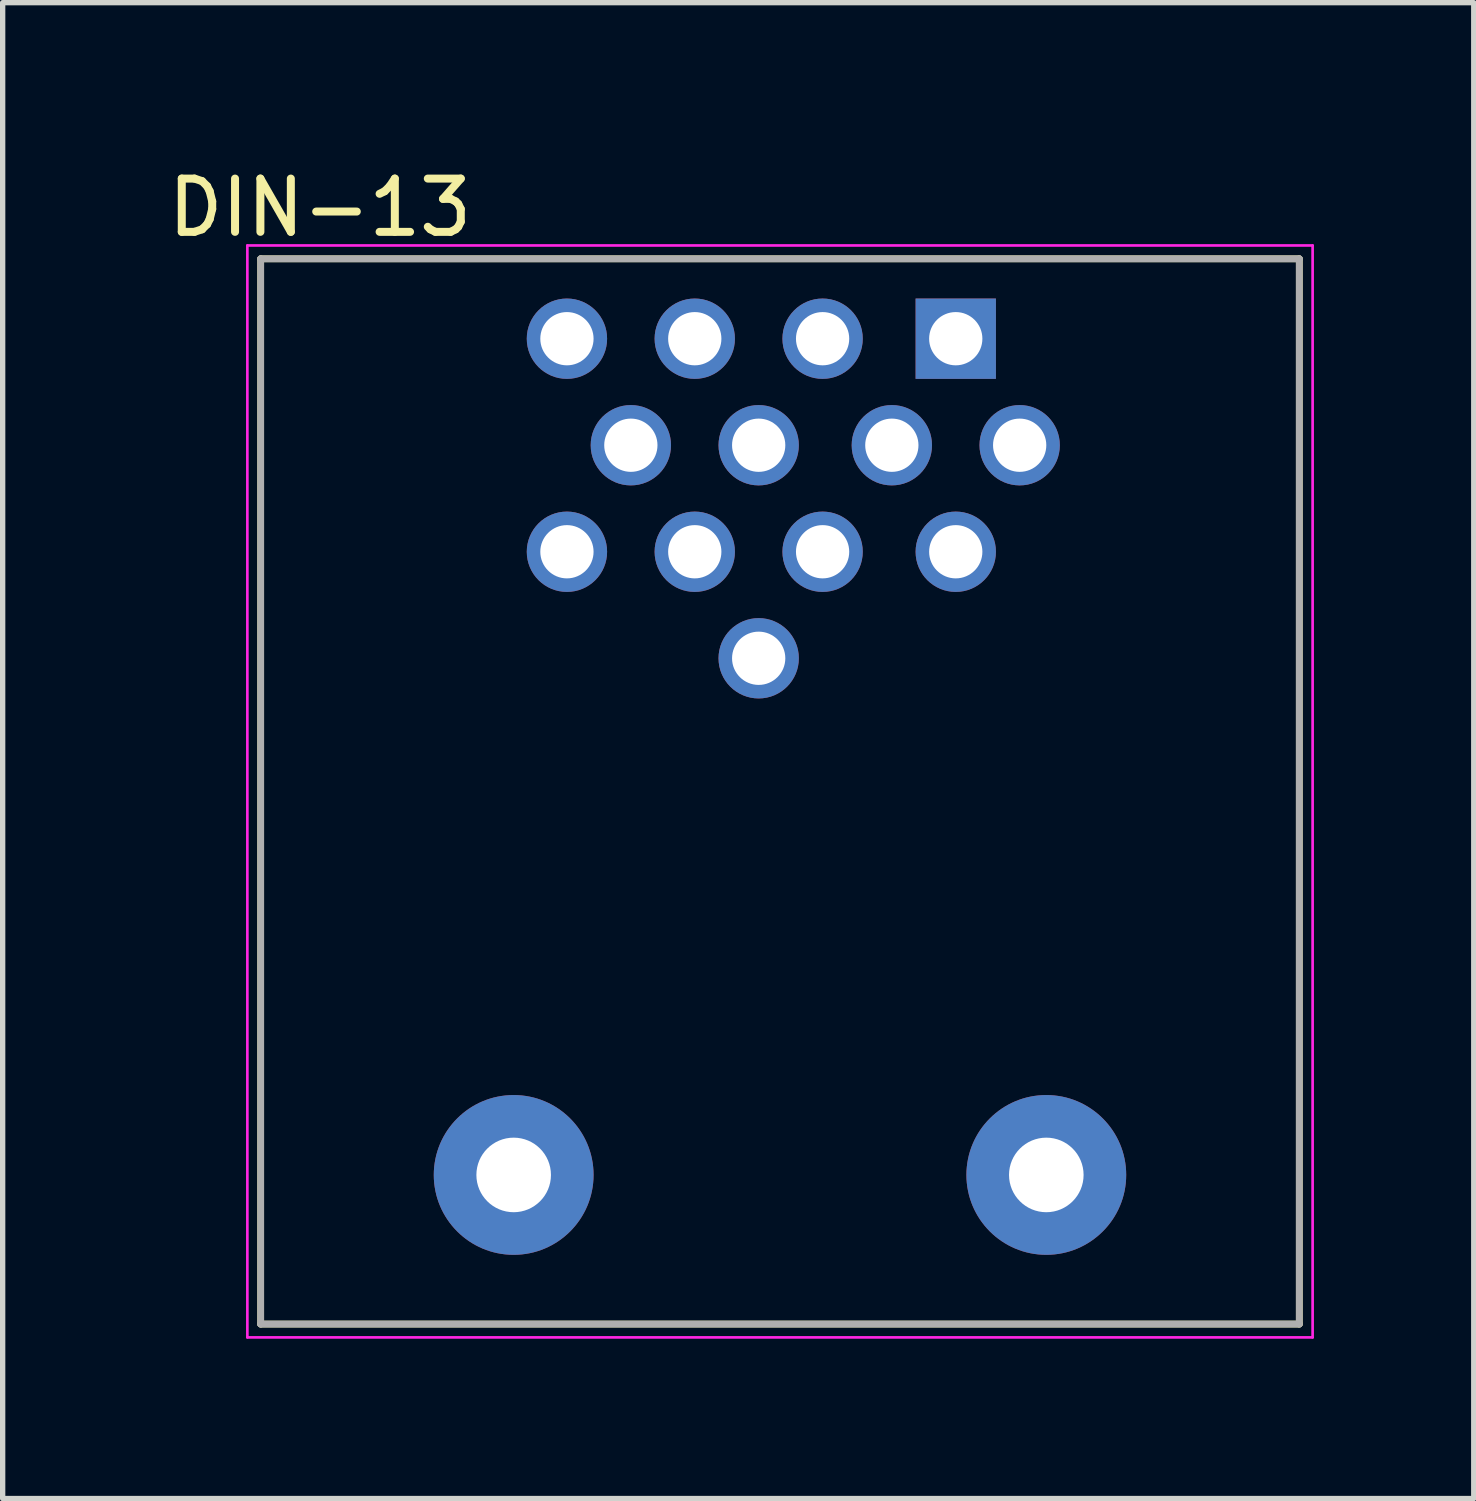
<source format=kicad_pcb>
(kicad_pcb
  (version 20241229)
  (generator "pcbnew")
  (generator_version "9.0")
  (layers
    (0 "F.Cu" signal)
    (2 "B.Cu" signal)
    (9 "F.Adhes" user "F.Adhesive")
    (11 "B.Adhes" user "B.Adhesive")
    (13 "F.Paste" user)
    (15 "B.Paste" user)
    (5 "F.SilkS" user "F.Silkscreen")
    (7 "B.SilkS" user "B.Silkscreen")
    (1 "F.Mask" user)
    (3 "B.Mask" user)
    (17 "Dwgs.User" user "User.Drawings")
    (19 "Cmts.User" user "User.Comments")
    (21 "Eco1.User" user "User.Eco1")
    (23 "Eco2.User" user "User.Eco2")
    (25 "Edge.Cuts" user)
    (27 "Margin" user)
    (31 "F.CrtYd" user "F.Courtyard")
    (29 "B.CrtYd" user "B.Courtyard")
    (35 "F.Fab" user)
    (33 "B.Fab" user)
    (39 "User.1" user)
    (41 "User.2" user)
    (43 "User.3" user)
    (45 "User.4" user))
  (footprint "DIN-13"
    (layer "F.Cu")
    (at 11.594 19.009)
    (property "Reference" "DIN-13" (at -8.636 -18.161 0) (layer "F.SilkS") (effects (font (size 1 1) (thickness 0.15))))
    (attr through_hole)
    (fp_line (start -9.75 -17.2) (end 9.75 -17.2) (stroke (width 0.127) (type solid)) (layer "F.SilkS"))
    (fp_line (start -9.75 2.8) (end -9.75 -17.2) (stroke (width 0.127) (type solid)) (layer "F.SilkS"))
    (fp_line (start 9.75 -17.2) (end 9.75 2.8) (stroke (width 0.127) (type solid)) (layer "F.SilkS"))
    (fp_line (start 9.75 2.8) (end -9.75 2.8) (stroke (width 0.127) (type solid)) (layer "F.SilkS"))
    (fp_line (start -10 -17.45) (end -10 3.05) (stroke (width 0.05) (type solid)) (layer "F.CrtYd"))
    (fp_line (start -10 3.05) (end 10 3.05) (stroke (width 0.05) (type solid)) (layer "F.CrtYd"))
    (fp_line (start 10 -17.45) (end -10 -17.45) (stroke (width 0.05) (type solid)) (layer "F.CrtYd"))
    (fp_line (start 10 3.05) (end 10 -17.45) (stroke (width 0.05) (type solid)) (layer "F.CrtYd"))
    (fp_line (start -9.75 -17.2) (end 9.75 -17.2) (stroke (width 0.127) (type solid)) (layer "F.Fab"))
    (fp_line (start -9.75 2.8) (end -9.75 -17.2) (stroke (width 0.127) (type solid)) (layer "F.Fab"))
    (fp_line (start 9.75 -17.2) (end 9.75 2.8) (stroke (width 0.127) (type solid)) (layer "F.Fab"))
    (fp_line (start 9.75 2.8) (end -9.75 2.8) (stroke (width 0.127) (type solid)) (layer "F.Fab"))
    (pad "1" thru_hole rect (at 3.3 -15.7) (size 1.508 1.508) (drill 1) (layers "*.Cu" "*.Mask"))
    (pad "2" thru_hole circle (at 0.8 -15.7) (size 1.508 1.508) (drill 1) (layers "*.Cu" "*.Mask"))
    (pad "3" thru_hole circle (at -1.6 -15.7) (size 1.508 1.508) (drill 1) (layers "*.Cu" "*.Mask"))
    (pad "4" thru_hole circle (at -4 -15.7) (size 1.508 1.508) (drill 1) (layers "*.Cu" "*.Mask"))
    (pad "5" thru_hole circle (at 4.5 -13.7) (size 1.508 1.508) (drill 1) (layers "*.Cu" "*.Mask"))
    (pad "6" thru_hole circle (at 2.1 -13.7) (size 1.508 1.508) (drill 1) (layers "*.Cu" "*.Mask"))
    (pad "7" thru_hole circle (at -0.4 -13.7) (size 1.508 1.508) (drill 1) (layers "*.Cu" "*.Mask"))
    (pad "8" thru_hole circle (at -2.8 -13.7) (size 1.508 1.508) (drill 1) (layers "*.Cu" "*.Mask"))
    (pad "9" thru_hole circle (at 3.3 -11.7) (size 1.508 1.508) (drill 1) (layers "*.Cu" "*.Mask"))
    (pad "10" thru_hole circle (at 0.8 -11.7) (size 1.508 1.508) (drill 1) (layers "*.Cu" "*.Mask"))
    (pad "11" thru_hole circle (at -1.6 -11.7) (size 1.508 1.508) (drill 1) (layers "*.Cu" "*.Mask"))
    (pad "12" thru_hole circle (at -4 -11.7) (size 1.508 1.508) (drill 1) (layers "*.Cu" "*.Mask"))
    (pad "13" thru_hole circle (at -0.4 -9.7) (size 1.508 1.508) (drill 1) (layers "*.Cu" "*.Mask"))
    (pad "E1" thru_hole circle (at -5 0) (size 3 3) (drill 1.4) (layers "*.Cu" "*.Mask"))
    (pad "E2" thru_hole circle (at 5 0) (size 3 3) (drill 1.4) (layers "*.Cu" "*.Mask")))
  (gr_rect
    (start -3 -3)
    (end 24.619 25.084)
    (stroke (width 0.1) (type default))
    (fill no)
    (layer "Edge.Cuts")))
</source>
